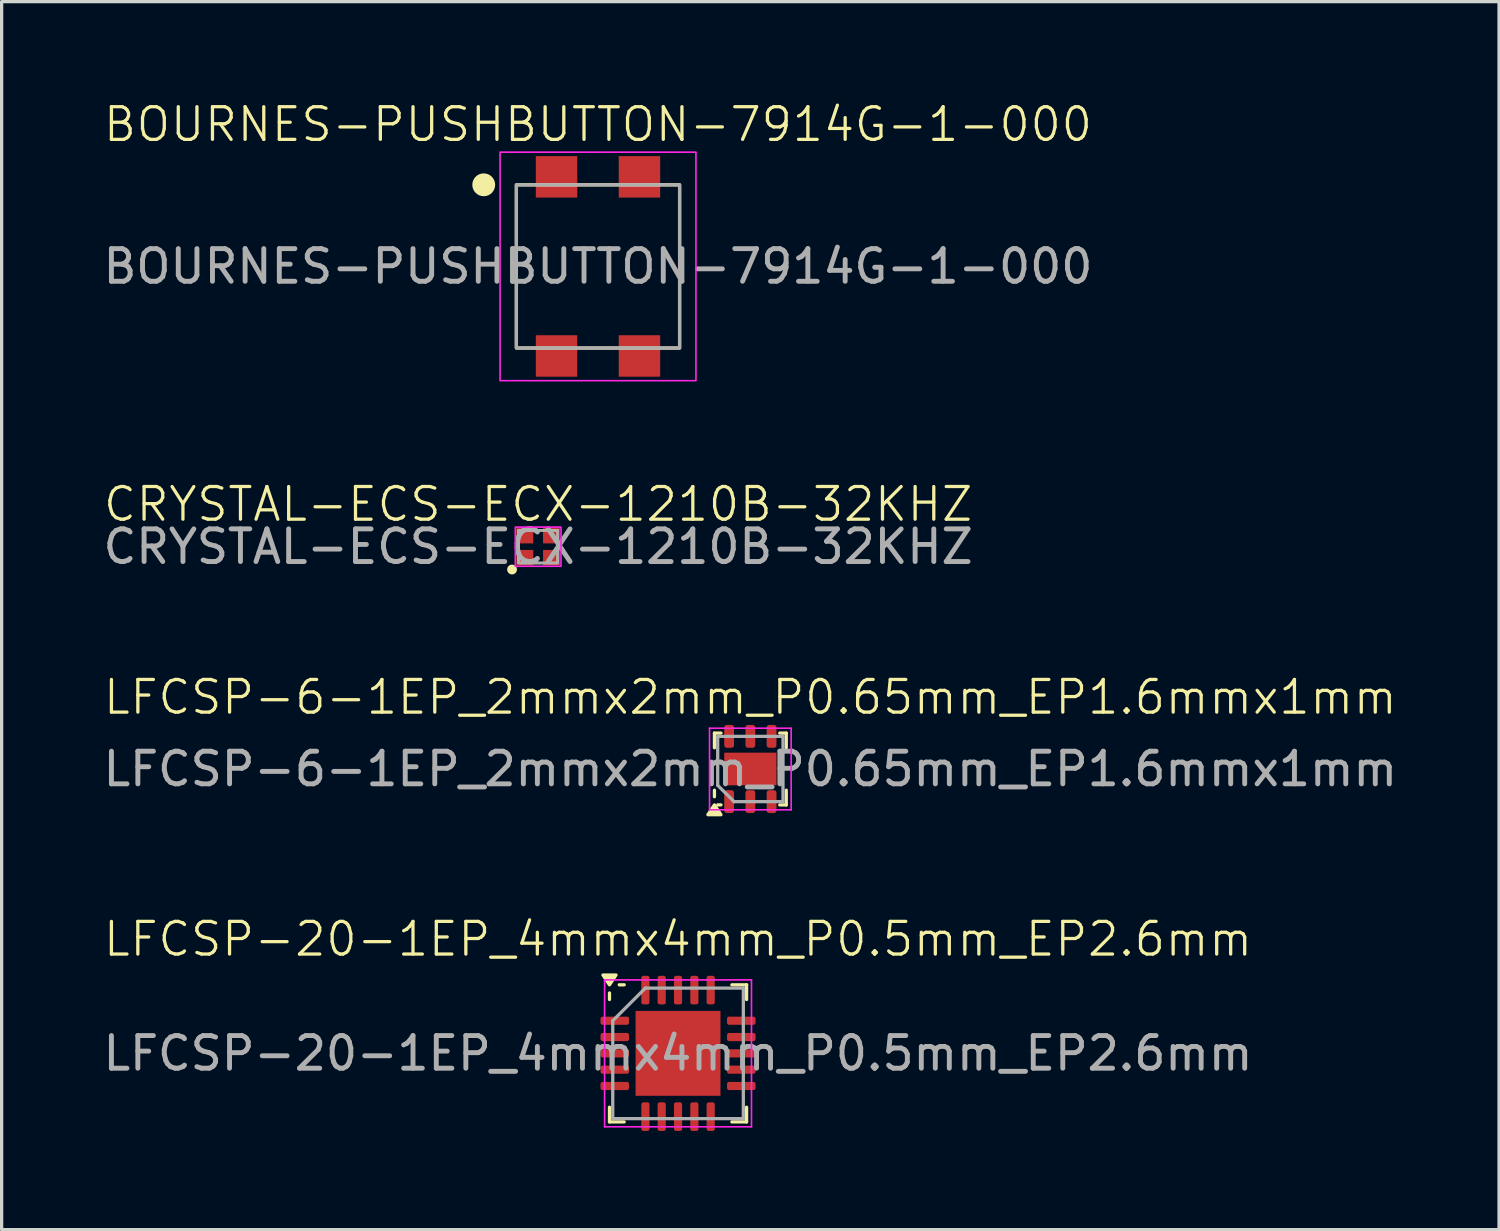
<source format=kicad_pcb>
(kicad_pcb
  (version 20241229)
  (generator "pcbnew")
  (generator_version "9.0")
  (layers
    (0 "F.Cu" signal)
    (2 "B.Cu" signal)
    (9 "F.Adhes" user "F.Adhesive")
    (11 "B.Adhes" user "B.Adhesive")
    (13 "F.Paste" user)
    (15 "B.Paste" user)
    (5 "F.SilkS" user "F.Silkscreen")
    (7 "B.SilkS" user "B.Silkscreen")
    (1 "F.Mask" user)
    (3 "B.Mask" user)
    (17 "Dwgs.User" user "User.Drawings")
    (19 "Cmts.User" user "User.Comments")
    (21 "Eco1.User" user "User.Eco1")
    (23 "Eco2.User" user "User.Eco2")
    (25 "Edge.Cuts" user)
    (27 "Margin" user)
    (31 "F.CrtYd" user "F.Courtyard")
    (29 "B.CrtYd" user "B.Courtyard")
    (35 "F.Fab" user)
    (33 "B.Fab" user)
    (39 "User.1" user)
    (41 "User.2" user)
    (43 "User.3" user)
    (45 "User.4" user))
  (footprint "BOURNES-PUSHBUTTON-7914G-1-000"
    (layer "F.Cu")
    (at 15.268 5.111)
    (property "Reference" "BOURNES-PUSHBUTTON-7914G-1-000" (at 0 -4.35 0) (unlocked yes) (layer "F.SilkS") (effects (font (size 1 1) (thickness 0.1))))
    (attr smd)
    (fp_rect (start -2.5 -2.5) (end 2.5 2.5) (stroke (width 0.1) (type default)) (fill no) (layer "F.SilkS"))
    (fp_circle (center -3.5 -2.5) (end -3.2 -2.5) (stroke (width 0.1) (type solid)) (fill yes) (layer "F.SilkS"))
    (fp_rect (start -3 -3.5) (end 3 3.5) (stroke (width 0.05) (type default)) (fill no) (layer "F.CrtYd"))
    (fp_rect (start -2.5 -2.5) (end 2.5 2.5) (stroke (width 0.1) (type default)) (fill no) (layer "F.Fab"))
    (fp_text user "${REFERENCE}" (at 0 0 0) (unlocked yes) (layer "F.Fab") (effects (font (size 1 1) (thickness 0.15))))
    (pad "1A" smd rect (at -1.27 -2.743) (size 1.27 1.27) (layers "F.Cu" "F.Mask" "F.Paste"))
    (pad "1B" smd rect (at -1.27 2.743) (size 1.27 1.27) (layers "F.Cu" "F.Mask" "F.Paste"))
    (pad "2A" smd rect (at 1.27 -2.743) (size 1.27 1.27) (layers "F.Cu" "F.Mask" "F.Paste"))
    (pad "2B" smd rect (at 1.27 2.743) (size 1.27 1.27) (layers "F.Cu" "F.Mask" "F.Paste")))
  (footprint "LFCSP-6-1EP_2mmx2mm_P0.65mm_EP1.6mmx1mm"
    (layer "F.Cu")
    (at 19.935 20.506)
    (property "Reference" "LFCSP-6-1EP_2mmx2mm_P0.65mm_EP1.6mmx1mm" (at 0 -2.2 0) (unlocked yes) (layer "F.SilkS") (effects (font (size 1 1) (thickness 0.1))))
    (attr smd)
    (fp_line (start -1.1 -0.65) (end -1.1 -1.1) (stroke (width 0.1) (type solid)) (layer "F.SilkS"))
    (fp_line (start -1.1 0.85) (end -1.1 0.65) (stroke (width 0.1) (type solid)) (layer "F.SilkS"))
    (fp_line (start -0.9 -1.1) (end -1.1 -1.1) (stroke (width 0.1) (type solid)) (layer "F.SilkS"))
    (fp_line (start -0.9 1.1) (end -1 1.1) (stroke (width 0.1) (type solid)) (layer "F.SilkS"))
    (fp_line (start 0.9 -1.1) (end 1.1 -1.1) (stroke (width 0.1) (type solid)) (layer "F.SilkS"))
    (fp_line (start 0.9 1.1) (end 1.1 1.1) (stroke (width 0.1) (type solid)) (layer "F.SilkS"))
    (fp_line (start 1.1 -1.1) (end 1.1 -0.65) (stroke (width 0.1) (type solid)) (layer "F.SilkS"))
    (fp_line (start 1.1 1.1) (end 1.1 0.65) (stroke (width 0.1) (type solid)) (layer "F.SilkS"))
    (fp_poly (pts (xy -1.1 1.1) (xy -1.3 1.4) (xy -0.9 1.4) (xy -1.1 1.1)) (stroke (width 0.1) (type solid)) (fill yes) (layer "F.SilkS"))
    (fp_line (start -1.25 -1.25) (end -1.25 1.25) (stroke (width 0.05) (type solid)) (layer "F.CrtYd"))
    (fp_line (start -1.25 1.25) (end 1.25 1.25) (stroke (width 0.05) (type solid)) (layer "F.CrtYd"))
    (fp_line (start 1.25 -1.25) (end -1.25 -1.25) (stroke (width 0.05) (type solid)) (layer "F.CrtYd"))
    (fp_line (start 1.25 1.25) (end 1.25 -1.25) (stroke (width 0.05) (type solid)) (layer "F.CrtYd"))
    (fp_line (start -1 -1) (end 1 -1) (stroke (width 0.1) (type solid)) (layer "F.Fab"))
    (fp_line (start -1 0.5) (end -1 -1) (stroke (width 0.1) (type solid)) (layer "F.Fab"))
    (fp_line (start -1 0.5) (end -0.5 1) (stroke (width 0.1) (type solid)) (layer "F.Fab"))
    (fp_line (start 1 -1) (end 1 1) (stroke (width 0.1) (type solid)) (layer "F.Fab"))
    (fp_line (start 1 1) (end -0.5 1) (stroke (width 0.1) (type solid)) (layer "F.Fab"))
    (fp_text user "${REFERENCE}" (at 0 0 0) (unlocked yes) (layer "F.Fab") (effects (font (size 1 1) (thickness 0.15))))
    (pad "" smd roundrect (at 0 0) (size 1.4 0.8) (layers "F.Paste") (roundrect_rratio 0.248))
    (pad "1" smd roundrect (at -0.65 1) (size 0.3 0.7) (layers "F.Cu" "F.Mask" "F.Paste") (roundrect_rratio 0.25))
    (pad "2" smd roundrect (at 0 1) (size 0.3 0.7) (layers "F.Cu" "F.Mask" "F.Paste") (roundrect_rratio 0.25))
    (pad "3" smd roundrect (at 0.65 1) (size 0.3 0.7) (layers "F.Cu" "F.Mask" "F.Paste") (roundrect_rratio 0.25))
    (pad "4" smd roundrect (at 0.65 -1) (size 0.3 0.7) (layers "F.Cu" "F.Mask" "F.Paste") (roundrect_rratio 0.25))
    (pad "5" smd roundrect (at 0 -1) (size 0.3 0.7) (layers "F.Cu" "F.Mask" "F.Paste") (roundrect_rratio 0.25))
    (pad "6" smd roundrect (at -0.65 -1) (size 0.3 0.7) (layers "F.Cu" "F.Mask" "F.Paste") (roundrect_rratio 0.25))
    (pad "7" smd rect (at 0 0) (size 1.6 1) (property pad_prop_heatsink) (layers "F.Cu" "F.Mask"))
    (zone (net_name "") (layer "F.Cu") (hatch edge 0.5) (connect_pads) (min_thickness 0.25) (filled_areas_thickness no) (keepout (tracks allowed) (vias allowed) (pads allowed) (copperpour not_allowed) (footprints allowed)) (placement (enabled no)) (fill) (polygon (pts (xy 18.685 19.107) (xy 18.685 21.907) (xy 21.185 21.907) (xy 21.185 19.107)))))
  (footprint "LFCSP-20-1EP_4mmx4mm_P0.5mm_EP2.6mm"
    (layer "F.Cu")
    (at 17.72 29.217)
    (property "Reference" "LFCSP-20-1EP_4mmx4mm_P0.5mm_EP2.6mm" (at 0 -3.5 0) (unlocked yes) (layer "F.SilkS") (effects (font (size 1 1) (thickness 0.1))))
    (attr smd)
    (fp_line (start -2.1 -1.65) (end -2.1 -1.85) (stroke (width 0.1) (type solid)) (layer "F.SilkS"))
    (fp_line (start -2.1 2.1) (end -2.1 1.65) (stroke (width 0.1) (type solid)) (layer "F.SilkS"))
    (fp_line (start -1.65 -2.1) (end -1.8 -2.1) (stroke (width 0.1) (type solid)) (layer "F.SilkS"))
    (fp_line (start -1.65 2.1) (end -2.1 2.1) (stroke (width 0.1) (type solid)) (layer "F.SilkS"))
    (fp_line (start 1.65 -2.1) (end 2.1 -2.1) (stroke (width 0.1) (type solid)) (layer "F.SilkS"))
    (fp_line (start 1.65 2.1) (end 2.1 2.1) (stroke (width 0.1) (type solid)) (layer "F.SilkS"))
    (fp_line (start 2.1 -2.1) (end 2.1 -1.65) (stroke (width 0.1) (type solid)) (layer "F.SilkS"))
    (fp_line (start 2.1 2.1) (end 2.1 1.65) (stroke (width 0.1) (type solid)) (layer "F.SilkS"))
    (fp_poly (pts (xy -2.1 -2.1) (xy -2.3 -2.4) (xy -1.9 -2.4) (xy -2.1 -2.1)) (stroke (width 0.1) (type solid)) (fill yes) (layer "F.SilkS"))
    (fp_line (start -2.25 -2.25) (end -2.25 2.25) (stroke (width 0.05) (type solid)) (layer "F.CrtYd"))
    (fp_line (start -2.25 2.25) (end 2.25 2.25) (stroke (width 0.05) (type solid)) (layer "F.CrtYd"))
    (fp_line (start 2.25 -2.25) (end -2.25 -2.25) (stroke (width 0.05) (type solid)) (layer "F.CrtYd"))
    (fp_line (start 2.25 2.25) (end 2.25 -2.25) (stroke (width 0.05) (type solid)) (layer "F.CrtYd"))
    (fp_line (start -2 -1) (end -1 -2) (stroke (width 0.1) (type solid)) (layer "F.Fab"))
    (fp_line (start -2 2) (end -2 -1) (stroke (width 0.1) (type solid)) (layer "F.Fab"))
    (fp_line (start -1 -2) (end 2 -2) (stroke (width 0.1) (type solid)) (layer "F.Fab"))
    (fp_line (start 2 -2) (end 2 2) (stroke (width 0.1) (type solid)) (layer "F.Fab"))
    (fp_line (start 2 2) (end -2 2) (stroke (width 0.1) (type solid)) (layer "F.Fab"))
    (fp_text user "${REFERENCE}" (at 0 0 0) (unlocked yes) (layer "F.Fab") (effects (font (size 1 1) (thickness 0.15))))
    (pad "" smd roundrect (at -0.625 -0.625) (size 1.01 1.01) (layers "F.Paste") (roundrect_rratio 0.248))
    (pad "" smd roundrect (at -0.625 0.625) (size 1.01 1.01) (layers "F.Paste") (roundrect_rratio 0.248))
    (pad "" smd roundrect (at 0.625 -0.625) (size 1.01 1.01) (layers "F.Paste") (roundrect_rratio 0.248))
    (pad "" smd roundrect (at 0.625 0.625) (size 1.01 1.01) (layers "F.Paste") (roundrect_rratio 0.248))
    (pad "1" smd roundrect (at -1.938 -1) (size 0.875 0.25) (layers "F.Cu" "F.Mask" "F.Paste") (roundrect_rratio 0.25))
    (pad "2" smd roundrect (at -1.938 -0.5) (size 0.875 0.25) (layers "F.Cu" "F.Mask" "F.Paste") (roundrect_rratio 0.25))
    (pad "3" smd roundrect (at -1.938 0) (size 0.875 0.25) (layers "F.Cu" "F.Mask" "F.Paste") (roundrect_rratio 0.25))
    (pad "4" smd roundrect (at -1.938 0.5) (size 0.875 0.25) (layers "F.Cu" "F.Mask" "F.Paste") (roundrect_rratio 0.25))
    (pad "5" smd roundrect (at -1.938 1) (size 0.875 0.25) (layers "F.Cu" "F.Mask" "F.Paste") (roundrect_rratio 0.25))
    (pad "6" smd roundrect (at -1 1.938) (size 0.25 0.875) (layers "F.Cu" "F.Mask" "F.Paste") (roundrect_rratio 0.25))
    (pad "7" smd roundrect (at -0.5 1.938) (size 0.25 0.875) (layers "F.Cu" "F.Mask" "F.Paste") (roundrect_rratio 0.25))
    (pad "8" smd roundrect (at 0 1.938) (size 0.25 0.875) (layers "F.Cu" "F.Mask" "F.Paste") (roundrect_rratio 0.25))
    (pad "9" smd roundrect (at 0.5 1.938) (size 0.25 0.875) (layers "F.Cu" "F.Mask" "F.Paste") (roundrect_rratio 0.25))
    (pad "10" smd roundrect (at 1 1.938) (size 0.25 0.875) (layers "F.Cu" "F.Mask" "F.Paste") (roundrect_rratio 0.25))
    (pad "11" smd roundrect (at 1.938 1) (size 0.875 0.25) (layers "F.Cu" "F.Mask" "F.Paste") (roundrect_rratio 0.25))
    (pad "12" smd roundrect (at 1.938 0.5) (size 0.875 0.25) (layers "F.Cu" "F.Mask" "F.Paste") (roundrect_rratio 0.25))
    (pad "13" smd roundrect (at 1.938 0) (size 0.875 0.25) (layers "F.Cu" "F.Mask" "F.Paste") (roundrect_rratio 0.25))
    (pad "14" smd roundrect (at 1.938 -0.5) (size 0.875 0.25) (layers "F.Cu" "F.Mask" "F.Paste") (roundrect_rratio 0.25))
    (pad "15" smd roundrect (at 1.938 -1) (size 0.875 0.25) (layers "F.Cu" "F.Mask" "F.Paste") (roundrect_rratio 0.25))
    (pad "16" smd roundrect (at 1 -1.938) (size 0.25 0.875) (layers "F.Cu" "F.Mask" "F.Paste") (roundrect_rratio 0.25))
    (pad "17" smd roundrect (at 0.5 -1.938) (size 0.25 0.875) (layers "F.Cu" "F.Mask" "F.Paste") (roundrect_rratio 0.25))
    (pad "18" smd roundrect (at 0 -1.938) (size 0.25 0.875) (layers "F.Cu" "F.Mask" "F.Paste") (roundrect_rratio 0.25))
    (pad "19" smd roundrect (at -0.5 -1.938) (size 0.25 0.875) (layers "F.Cu" "F.Mask" "F.Paste") (roundrect_rratio 0.25))
    (pad "20" smd roundrect (at -1 -1.938) (size 0.25 0.875) (layers "F.Cu" "F.Mask" "F.Paste") (roundrect_rratio 0.25))
    (pad "21" smd rect (at 0 0) (size 2.6 2.6) (property pad_prop_heatsink) (layers "F.Cu" "F.Mask"))
    (zone (net_name "") (layer "F.Cu") (hatch edge 0.5) (connect_pads) (min_thickness 0.25) (filled_areas_thickness no) (keepout (tracks allowed) (vias allowed) (pads allowed) (copperpour not_allowed) (footprints allowed)) (placement (enabled no)) (fill) (polygon (pts (xy 15.32 26.817) (xy 15.32 31.617) (xy 20.12 31.617) (xy 20.12 26.817)))))
  (footprint "CRYSTAL-ECS-ECX-1210B-32KHZ"
    (layer "F.Cu")
    (at 13.435 13.696)
    (property "Reference" "CRYSTAL-ECS-ECX-1210B-32KHZ" (at 0 -1.3 0) (unlocked yes) (layer "F.SilkS") (effects (font (size 1 1) (thickness 0.1))))
    (attr smd)
    (fp_rect (start -0.6 -0.5) (end 0.6 0.5) (stroke (width 0.076) (type default)) (fill no) (layer "F.SilkS"))
    (fp_circle (center -0.8 0.7) (end -0.7 0.7) (stroke (width 0.1) (type solid)) (fill yes) (layer "F.SilkS"))
    (fp_rect (start -0.7 -0.6) (end 0.7 0.6) (stroke (width 0.05) (type default)) (fill no) (layer "F.CrtYd"))
    (fp_rect (start -0.6 -0.5) (end 0.6 0.5) (stroke (width 0.076) (type default)) (fill no) (layer "F.Fab"))
    (fp_text user "${REFERENCE}" (at 0 0 0) (unlocked yes) (layer "F.Fab") (effects (font (size 1 1) (thickness 0.15))))
    (pad "1" smd rect (at -0.41 0.335) (size 0.52 0.47) (layers "F.Cu" "F.Mask" "F.Paste"))
    (pad "2" smd rect (at 0.41 0.335) (size 0.52 0.47) (layers "F.Cu" "F.Mask" "F.Paste"))
    (pad "3" smd rect (at 0.41 -0.335) (size 0.52 0.47) (layers "F.Cu" "F.Mask" "F.Paste"))
    (pad "4" smd rect (at -0.41 -0.335) (size 0.52 0.47) (layers "F.Cu" "F.Mask" "F.Paste")))
  (gr_rect
    (start -3 -3)
    (end 42.869 34.617)
    (stroke (width 0.1) (type default))
    (fill no)
    (layer "Edge.Cuts")))
</source>
